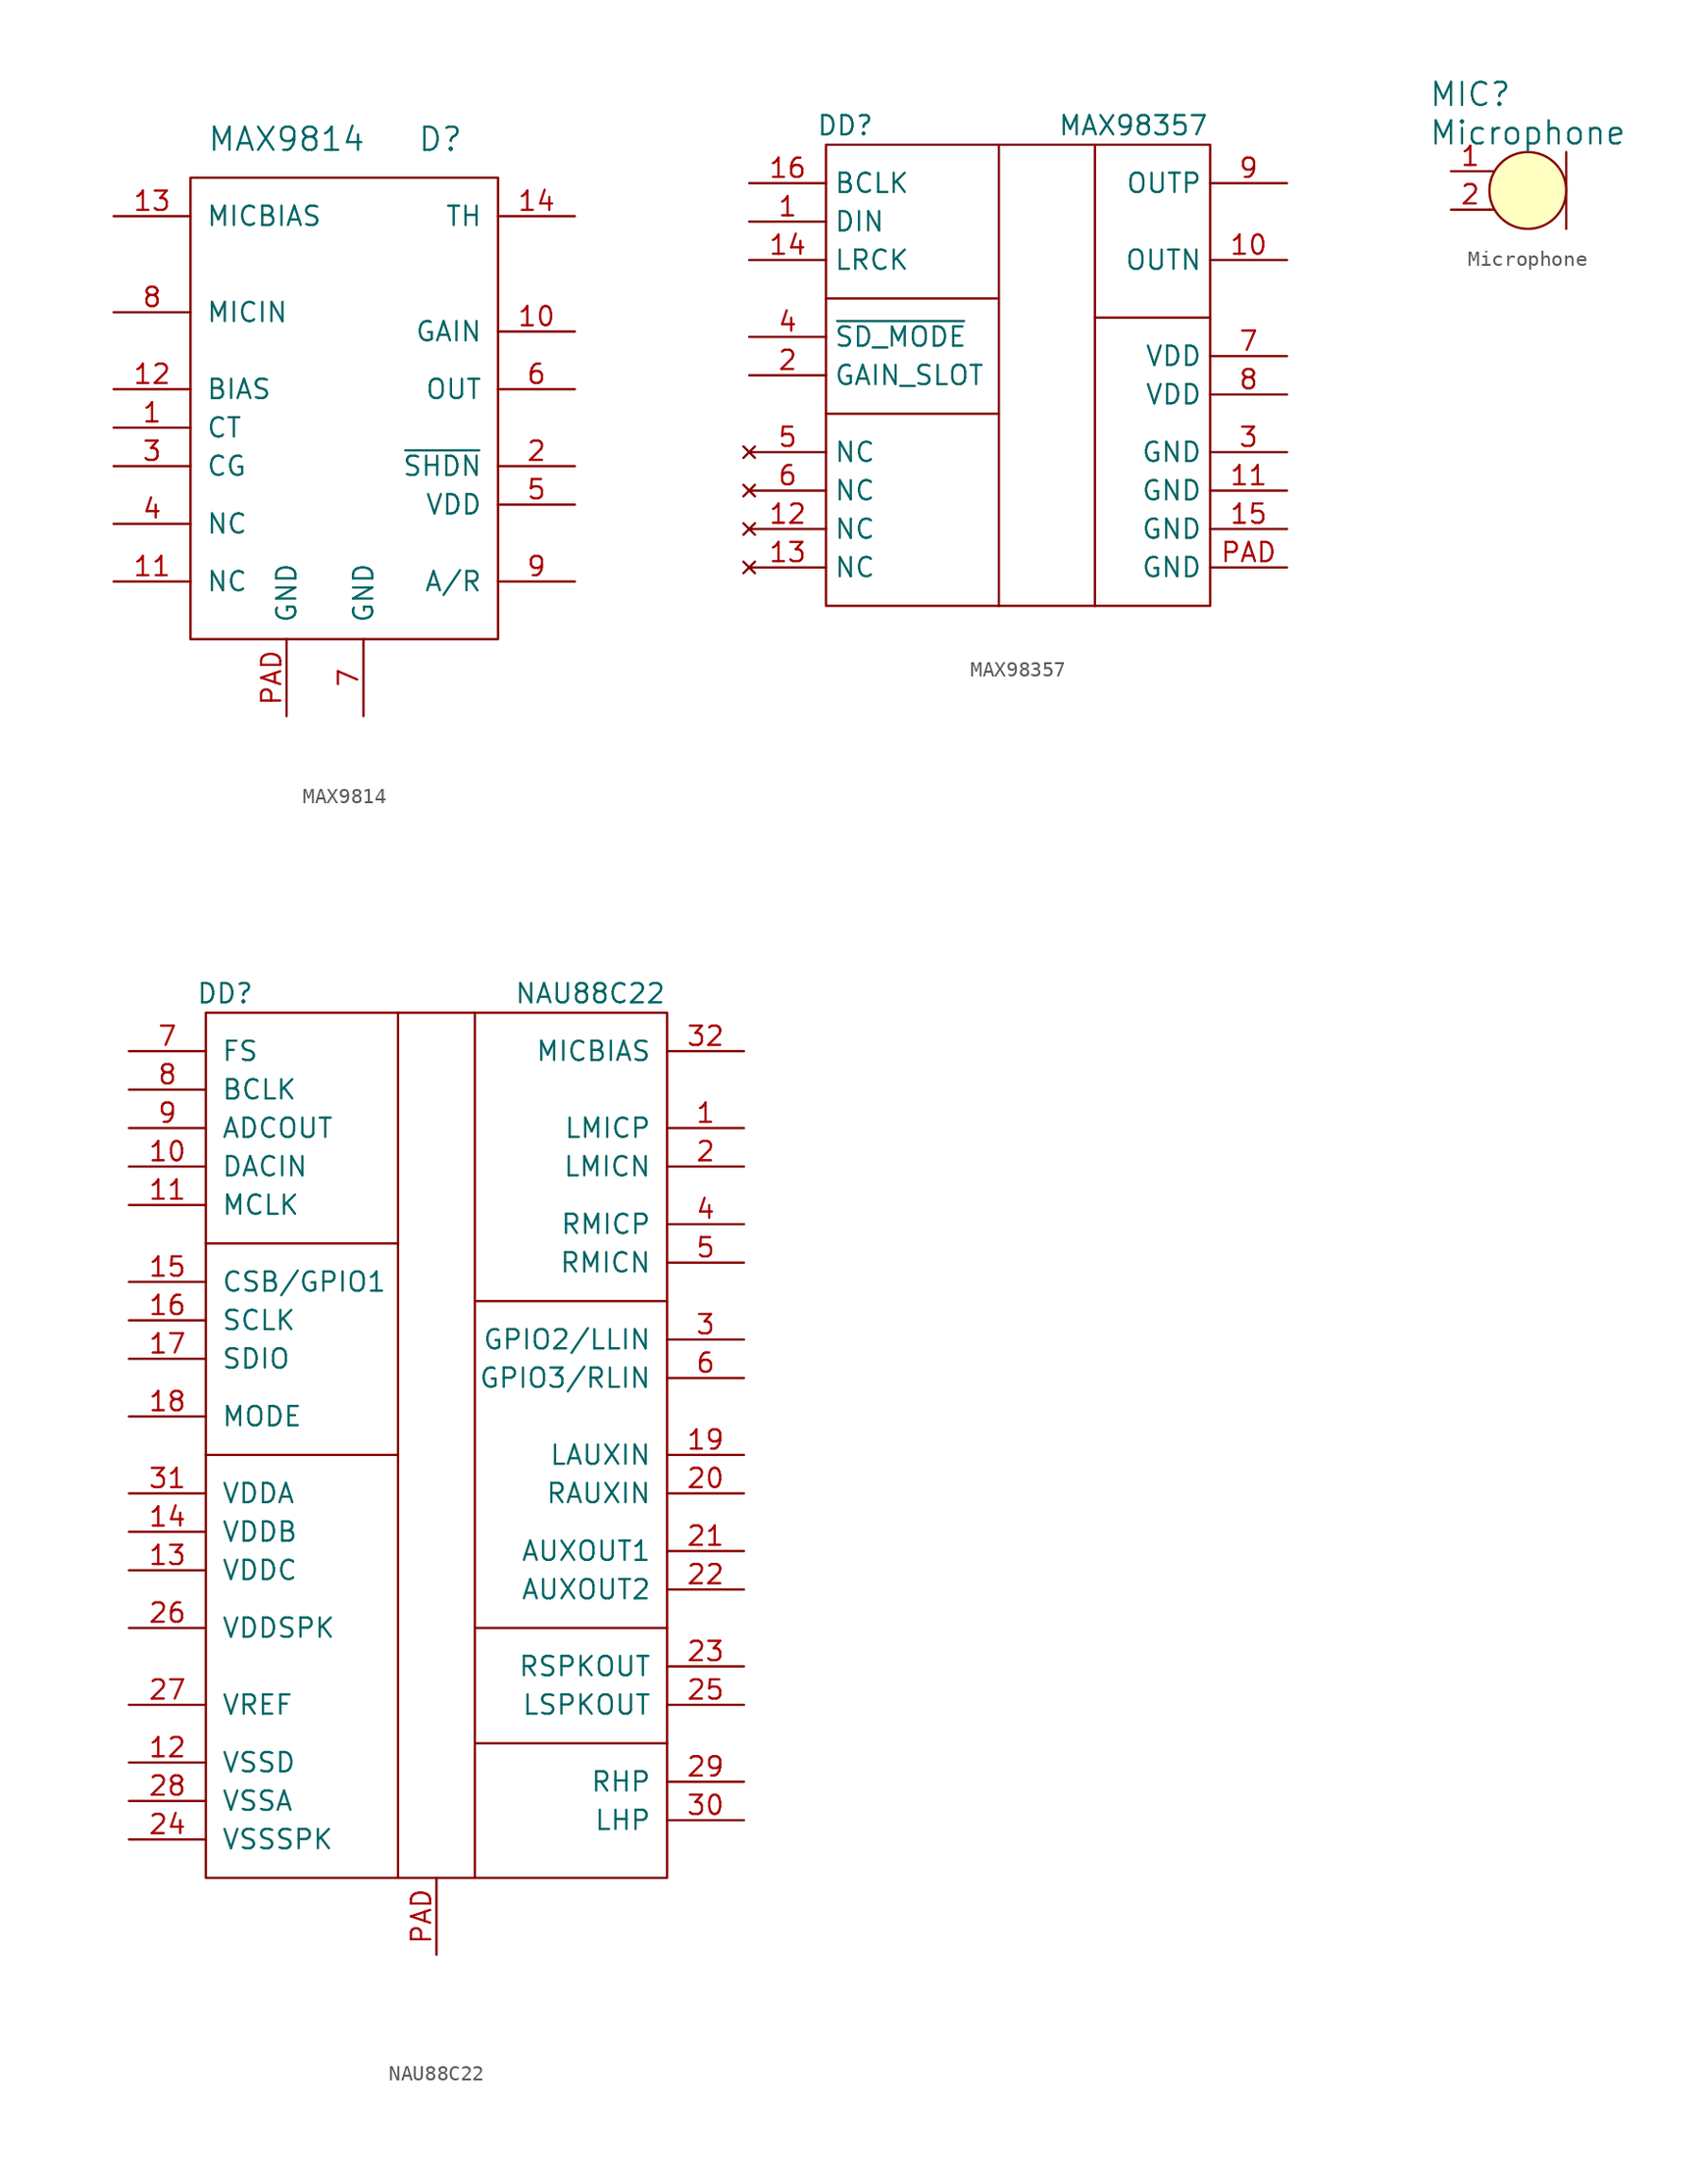
<source format=kicad_sym>
(kicad_symbol_lib
  (version 20231120)
  (generator "kicad_symbol_editor")
  (generator_version "8.0")
  (symbol "MAX9814"
    (pin_names
      (offset 1.016))
    (property "Reference" "D"
      (at 6.35 17.78 0)
      (effects (font (size 1.524 1.524))))
    (property "Value" "MAX9814"
      (at -3.81 17.78 0)
      (effects (font (size 1.524 1.524))))
    (property "Footprint" ""
      (at -1.27 -15.24 0)
      (effects (font (size 1.524 1.524))))
    (property "Datasheet" ""
      (at -1.27 -15.24 0)
      (effects (font (size 1.524 1.524))))
    (symbol "MAX9814_0_1"
      (rectangle (start -10.16 15.24) (end 10.16 -15.24) (stroke (width 0) (type default)) (fill (type none))))
    (symbol "MAX9814_1_1"
      (pin input line (at -15.24 -1.27 0) (length 5.08) (name "CT" (effects (font (size 1.27 1.27)))) (number "1" (effects (font (size 1.27 1.27)))))
      (pin input line (at 15.24 5.08 180) (length 5.08) (name "GAIN" (effects (font (size 1.27 1.27)))) (number "10" (effects (font (size 1.27 1.27)))))
      (pin passive line (at -15.24 -11.43 0) (length 5.08) (name "NC" (effects (font (size 1.27 1.27)))) (number "11" (effects (font (size 1.27 1.27)))))
      (pin input line (at -15.24 1.27 0) (length 5.08) (name "BIAS" (effects (font (size 1.27 1.27)))) (number "12" (effects (font (size 1.27 1.27)))))
      (pin input line (at -15.24 12.7 0) (length 5.08) (name "MICBIAS" (effects (font (size 1.27 1.27)))) (number "13" (effects (font (size 1.27 1.27)))))
      (pin input line (at 15.24 12.7 180) (length 5.08) (name "TH" (effects (font (size 1.27 1.27)))) (number "14" (effects (font (size 1.27 1.27)))))
      (pin input line (at 15.24 -3.81 180) (length 5.08) (name "~{SHDN}" (effects (font (size 1.27 1.27)))) (number "2" (effects (font (size 1.27 1.27)))))
      (pin input line (at -15.24 -3.81 0) (length 5.08) (name "CG" (effects (font (size 1.27 1.27)))) (number "3" (effects (font (size 1.27 1.27)))))
      (pin passive line (at -15.24 -7.62 0) (length 5.08) (name "NC" (effects (font (size 1.27 1.27)))) (number "4" (effects (font (size 1.27 1.27)))))
      (pin power_in line (at 15.24 -6.35 180) (length 5.08) (name "VDD" (effects (font (size 1.27 1.27)))) (number "5" (effects (font (size 1.27 1.27)))))
      (pin input line (at 15.24 1.27 180) (length 5.08) (name "OUT" (effects (font (size 1.27 1.27)))) (number "6" (effects (font (size 1.27 1.27)))))
      (pin power_in line (at 1.27 -20.32 90) (length 5.08) (name "GND" (effects (font (size 1.27 1.27)))) (number "7" (effects (font (size 1.27 1.27)))))
      (pin input line (at -15.24 6.35 0) (length 5.08) (name "MICIN" (effects (font (size 1.27 1.27)))) (number "8" (effects (font (size 1.27 1.27)))))
      (pin input line (at 15.24 -11.43 180) (length 5.08) (name "A/R" (effects (font (size 1.27 1.27)))) (number "9" (effects (font (size 1.27 1.27)))))
      (pin power_in line (at -3.81 -20.32 90) (length 5.08) (name "GND" (effects (font (size 1.27 1.27)))) (number "PAD" (effects (font (size 1.27 1.27)))))))
  (symbol "MAX98357"
    (property "Reference" "DD"
      (at -12.7 16.51 0)
      (effects (font (size 1.27 1.27))))
    (property "Value" "MAX98357"
      (at 6.35 16.51 0)
      (effects (font (size 1.27 1.27))))
    (symbol "MAX98357_0_1"
      (rectangle (start -13.97 15.24) (end 11.43 -15.24) (stroke (width 0) (type default)) (fill (type none)))
      (polyline (pts (xy -13.97 -2.54) (xy -2.54 -2.54)) (stroke (width 0) (type default)) (fill (type none)))
      (polyline (pts (xy -13.97 5.08) (xy -2.54 5.08)) (stroke (width 0) (type default)) (fill (type none)))
      (polyline (pts (xy -2.54 -15.24) (xy -2.54 15.24)) (stroke (width 0) (type default)) (fill (type none)))
      (polyline (pts (xy 3.81 3.81) (xy 11.43 3.81)) (stroke (width 0) (type default)) (fill (type none)))
      (polyline (pts (xy 3.81 15.24) (xy 3.81 -15.24)) (stroke (width 0) (type default)) (fill (type none))))
    (symbol "MAX98357_1_1"
      (pin passive line (at -19.05 10.16 0) (length 5.08) (name "DIN" (effects (font (size 1.27 1.27)))) (number "1" (effects (font (size 1.27 1.27)))))
      (pin passive line (at 16.51 7.62 180) (length 5.08) (name "OUTN" (effects (font (size 1.27 1.27)))) (number "10" (effects (font (size 1.27 1.27)))))
      (pin power_in line (at 16.51 -7.62 180) (length 5.08) (name "GND" (effects (font (size 1.27 1.27)))) (number "11" (effects (font (size 1.27 1.27)))))
      (pin no_connect line (at -19.05 -10.16 0) (length 5.08) (name "NC" (effects (font (size 1.27 1.27)))) (number "12" (effects (font (size 1.27 1.27)))))
      (pin no_connect line (at -19.05 -12.7 0) (length 5.08) (name "NC" (effects (font (size 1.27 1.27)))) (number "13" (effects (font (size 1.27 1.27)))))
      (pin passive line (at -19.05 7.62 0) (length 5.08) (name "LRCK" (effects (font (size 1.27 1.27)))) (number "14" (effects (font (size 1.27 1.27)))))
      (pin power_in line (at 16.51 -10.16 180) (length 5.08) (name "GND" (effects (font (size 1.27 1.27)))) (number "15" (effects (font (size 1.27 1.27)))))
      (pin passive line (at -19.05 12.7 0) (length 5.08) (name "BCLK" (effects (font (size 1.27 1.27)))) (number "16" (effects (font (size 1.27 1.27)))))
      (pin passive line (at -19.05 0 0) (length 5.08) (name "GAIN_SLOT" (effects (font (size 1.27 1.27)))) (number "2" (effects (font (size 1.27 1.27)))))
      (pin power_in line (at 16.51 -5.08 180) (length 5.08) (name "GND" (effects (font (size 1.27 1.27)))) (number "3" (effects (font (size 1.27 1.27)))))
      (pin passive line (at -19.05 2.54 0) (length 5.08) (name "~{SD_MODE}" (effects (font (size 1.27 1.27)))) (number "4" (effects (font (size 1.27 1.27)))))
      (pin no_connect line (at -19.05 -5.08 0) (length 5.08) (name "NC" (effects (font (size 1.27 1.27)))) (number "5" (effects (font (size 1.27 1.27)))))
      (pin no_connect line (at -19.05 -7.62 0) (length 5.08) (name "NC" (effects (font (size 1.27 1.27)))) (number "6" (effects (font (size 1.27 1.27)))))
      (pin power_in line (at 16.51 1.27 180) (length 5.08) (name "VDD" (effects (font (size 1.27 1.27)))) (number "7" (effects (font (size 1.27 1.27)))))
      (pin power_in line (at 16.51 -1.27 180) (length 5.08) (name "VDD" (effects (font (size 1.27 1.27)))) (number "8" (effects (font (size 1.27 1.27)))))
      (pin passive line (at 16.51 12.7 180) (length 5.08) (name "OUTP" (effects (font (size 1.27 1.27)))) (number "9" (effects (font (size 1.27 1.27)))))
      (pin passive line (at 16.51 -12.7 180) (length 5.08) (name "GND" (effects (font (size 1.27 1.27)))) (number "PAD" (effects (font (size 1.27 1.27)))))))
  (symbol "Microphone"
    (pin_names
      (offset 1.016) hide)
    (property "Reference" "MIC"
      (at -3.81 6.35 0)
      (effects (font (size 1.524 1.524))))
    (property "Value" "Microphone"
      (at 0 3.81 0)
      (effects (font (size 1.524 1.524))))
    (property "Footprint" ""
      (at 0 0 0)
      (effects (font (size 1.524 1.524))))
    (property "Datasheet" ""
      (at 0 0 0)
      (effects (font (size 1.524 1.524))))
    (symbol "Microphone_0_1"
      (polyline (pts (xy -2.54 -1.27) (xy -2.286 -1.27)) (stroke (width 0) (type default)) (fill (type none)))
      (polyline (pts (xy -2.54 1.27) (xy -2.286 1.27)) (stroke (width 0) (type default)) (fill (type none)))
      (polyline (pts (xy 2.54 2.54) (xy 2.54 -2.54)) (stroke (width 0) (type default)) (fill (type none)))
      (circle (center 0 0) (radius 2.54) (stroke (width 0) (type default)) (fill (type background))))
    (symbol "Microphone_1_1"
      (pin passive line (at -5.08 1.27 0) (length 2.54) (name "~" (effects (font (size 1.27 1.27)))) (number "1" (effects (font (size 1.27 1.27)))))
      (pin passive line (at -5.08 -1.27 0) (length 2.54) (name "~" (effects (font (size 1.27 1.27)))) (number "2" (effects (font (size 1.27 1.27)))))))
  (symbol "NAU88C22"
    (pin_names
      (offset 1.016))
    (property "Reference" "DD"
      (at -13.97 29.21 0)
      (effects (font (size 1.27 1.27))))
    (property "Value" "NAU88C22"
      (at 10.16 29.21 0)
      (effects (font (size 1.27 1.27))))
    (symbol "NAU88C22_0_1"
      (rectangle (start -15.24 27.94) (end 15.24 -29.21) (stroke (width 0) (type default)) (fill (type none)))
      (polyline (pts (xy -15.24 -1.27) (xy -2.54 -1.27)) (stroke (width 0) (type default)) (fill (type none)))
      (polyline (pts (xy -15.24 12.7) (xy -2.54 12.7)) (stroke (width 0) (type default)) (fill (type none)))
      (polyline (pts (xy -2.54 27.94) (xy -2.54 -29.21)) (stroke (width 0) (type default)) (fill (type none)))
      (polyline (pts (xy 2.54 27.94) (xy 2.54 -29.21)) (stroke (width 0) (type default)) (fill (type none)))
      (polyline (pts (xy 15.24 -20.32) (xy 2.54 -20.32)) (stroke (width 0) (type default)) (fill (type none)))
      (polyline (pts (xy 15.24 -12.7) (xy 2.54 -12.7)) (stroke (width 0) (type default)) (fill (type none)))
      (polyline (pts (xy 15.24 8.89) (xy 2.54 8.89)) (stroke (width 0) (type default)) (fill (type none)))
      (pin power_in line (at -20.32 -12.7 0) (length 5.08) (name "VDDSPK" (effects (font (size 1.27 1.27)))) (number "26" (effects (font (size 1.27 1.27)))))
      (pin passive line (at -20.32 -17.78 0) (length 5.08) (name "VREF" (effects (font (size 1.27 1.27)))) (number "27" (effects (font (size 1.27 1.27)))))
      (pin power_in line (at -20.32 -24.13 0) (length 5.08) (name "VSSA" (effects (font (size 1.27 1.27)))) (number "28" (effects (font (size 1.27 1.27)))))
      (pin passive line (at 20.32 -22.86 180) (length 5.08) (name "RHP" (effects (font (size 1.27 1.27)))) (number "29" (effects (font (size 1.27 1.27)))))
      (pin passive line (at 20.32 -25.4 180) (length 5.08) (name "LHP" (effects (font (size 1.27 1.27)))) (number "30" (effects (font (size 1.27 1.27)))))
      (pin power_in line (at -20.32 -3.81 0) (length 5.08) (name "VDDA" (effects (font (size 1.27 1.27)))) (number "31" (effects (font (size 1.27 1.27)))))
      (pin passive line (at 20.32 25.4 180) (length 5.08) (name "MICBIAS" (effects (font (size 1.27 1.27)))) (number "32" (effects (font (size 1.27 1.27))))))
    (symbol "NAU88C22_1_1"
      (pin passive line (at 20.32 20.32 180) (length 5.08) (name "LMICP" (effects (font (size 1.27 1.27)))) (number "1" (effects (font (size 1.27 1.27)))))
      (pin passive line (at -20.32 17.78 0) (length 5.08) (name "DACIN" (effects (font (size 1.27 1.27)))) (number "10" (effects (font (size 1.27 1.27)))))
      (pin passive line (at -20.32 15.24 0) (length 5.08) (name "MCLK" (effects (font (size 1.27 1.27)))) (number "11" (effects (font (size 1.27 1.27)))))
      (pin power_in line (at -20.32 -21.59 0) (length 5.08) (name "VSSD" (effects (font (size 1.27 1.27)))) (number "12" (effects (font (size 1.27 1.27)))))
      (pin power_in line (at -20.32 -8.89 0) (length 5.08) (name "VDDC" (effects (font (size 1.27 1.27)))) (number "13" (effects (font (size 1.27 1.27)))))
      (pin power_in line (at -20.32 -6.35 0) (length 5.08) (name "VDDB" (effects (font (size 1.27 1.27)))) (number "14" (effects (font (size 1.27 1.27)))))
      (pin passive line (at -20.32 10.16 0) (length 5.08) (name "CSB/GPIO1" (effects (font (size 1.27 1.27)))) (number "15" (effects (font (size 1.27 1.27)))))
      (pin passive line (at -20.32 7.62 0) (length 5.08) (name "SCLK" (effects (font (size 1.27 1.27)))) (number "16" (effects (font (size 1.27 1.27)))))
      (pin passive line (at -20.32 5.08 0) (length 5.08) (name "SDIO" (effects (font (size 1.27 1.27)))) (number "17" (effects (font (size 1.27 1.27)))))
      (pin passive line (at -20.32 1.27 0) (length 5.08) (name "MODE" (effects (font (size 1.27 1.27)))) (number "18" (effects (font (size 1.27 1.27)))))
      (pin passive line (at 20.32 -1.27 180) (length 5.08) (name "LAUXIN" (effects (font (size 1.27 1.27)))) (number "19" (effects (font (size 1.27 1.27)))))
      (pin passive line (at 20.32 17.78 180) (length 5.08) (name "LMICN" (effects (font (size 1.27 1.27)))) (number "2" (effects (font (size 1.27 1.27)))))
      (pin passive line (at 20.32 -3.81 180) (length 5.08) (name "RAUXIN" (effects (font (size 1.27 1.27)))) (number "20" (effects (font (size 1.27 1.27)))))
      (pin passive line (at 20.32 -7.62 180) (length 5.08) (name "AUXOUT1" (effects (font (size 1.27 1.27)))) (number "21" (effects (font (size 1.27 1.27)))))
      (pin passive line (at 20.32 -10.16 180) (length 5.08) (name "AUXOUT2" (effects (font (size 1.27 1.27)))) (number "22" (effects (font (size 1.27 1.27)))))
      (pin passive line (at 20.32 -15.24 180) (length 5.08) (name "RSPKOUT" (effects (font (size 1.27 1.27)))) (number "23" (effects (font (size 1.27 1.27)))))
      (pin power_in line (at -20.32 -26.67 0) (length 5.08) (name "VSSSPK" (effects (font (size 1.27 1.27)))) (number "24" (effects (font (size 1.27 1.27)))))
      (pin passive line (at 20.32 -17.78 180) (length 5.08) (name "LSPKOUT" (effects (font (size 1.27 1.27)))) (number "25" (effects (font (size 1.27 1.27)))))
      (pin passive line (at 20.32 6.35 180) (length 5.08) (name "GPIO2/LLIN" (effects (font (size 1.27 1.27)))) (number "3" (effects (font (size 1.27 1.27)))))
      (pin passive line (at 20.32 13.97 180) (length 5.08) (name "RMICP" (effects (font (size 1.27 1.27)))) (number "4" (effects (font (size 1.27 1.27)))))
      (pin passive line (at 20.32 11.43 180) (length 5.08) (name "RMICN" (effects (font (size 1.27 1.27)))) (number "5" (effects (font (size 1.27 1.27)))))
      (pin passive line (at 20.32 3.81 180) (length 5.08) (name "GPIO3/RLIN" (effects (font (size 1.27 1.27)))) (number "6" (effects (font (size 1.27 1.27)))))
      (pin passive line (at -20.32 25.4 0) (length 5.08) (name "FS" (effects (font (size 1.27 1.27)))) (number "7" (effects (font (size 1.27 1.27)))))
      (pin passive line (at -20.32 22.86 0) (length 5.08) (name "BCLK" (effects (font (size 1.27 1.27)))) (number "8" (effects (font (size 1.27 1.27)))))
      (pin passive line (at -20.32 20.32 0) (length 5.08) (name "ADCOUT" (effects (font (size 1.27 1.27)))) (number "9" (effects (font (size 1.27 1.27)))))
      (pin power_in line (at 0 -34.29 90) (length 5.08) (name "~" (effects (font (size 1.27 1.27)))) (number "PAD" (effects (font (size 1.27 1.27))))))))
</source>
